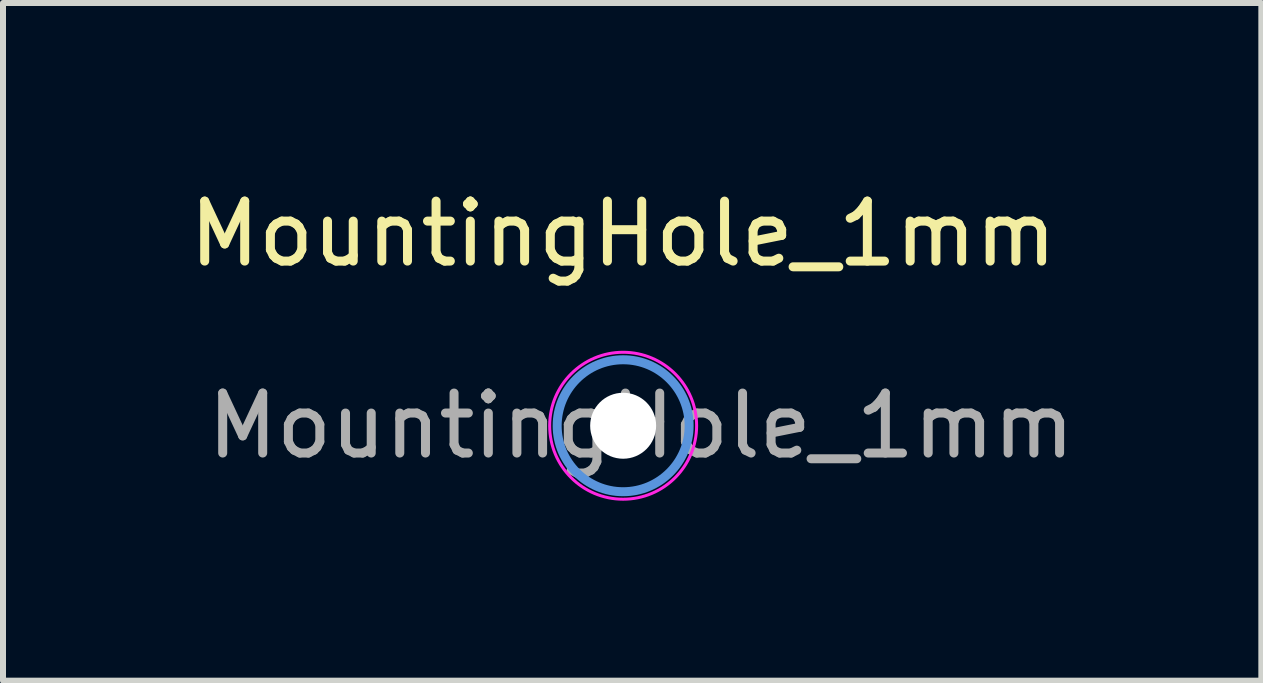
<source format=kicad_pcb>
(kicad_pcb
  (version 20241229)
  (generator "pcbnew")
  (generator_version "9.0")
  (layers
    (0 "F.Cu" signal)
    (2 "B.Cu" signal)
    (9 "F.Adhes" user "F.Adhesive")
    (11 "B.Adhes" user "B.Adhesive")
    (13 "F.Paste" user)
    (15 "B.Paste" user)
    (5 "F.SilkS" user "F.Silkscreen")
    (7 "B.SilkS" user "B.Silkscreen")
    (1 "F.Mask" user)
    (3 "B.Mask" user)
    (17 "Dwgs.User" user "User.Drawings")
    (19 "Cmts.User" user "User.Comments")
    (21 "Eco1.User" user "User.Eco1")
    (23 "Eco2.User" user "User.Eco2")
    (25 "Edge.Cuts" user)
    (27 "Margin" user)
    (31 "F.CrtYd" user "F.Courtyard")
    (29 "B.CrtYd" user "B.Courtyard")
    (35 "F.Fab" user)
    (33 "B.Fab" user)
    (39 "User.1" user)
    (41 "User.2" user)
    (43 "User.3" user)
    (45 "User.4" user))
  (footprint "MountingHole_1mm"
    (layer "F.Cu")
    (at 7.339 4.048)
    (property "Reference" "MountingHole_1mm" (at 0 -3.2 0) (layer "F.SilkS") (effects (font (size 1 1) (thickness 0.15))))
    (attr exclude_from_pos_files exclude_from_bom)
    (fp_circle (center 0 0) (end 1.1 0) (stroke (width 0.15) (type solid)) (fill no) (layer "Cmts.User"))
    (fp_circle (center 0 0) (end 1.225 0) (stroke (width 0.05) (type solid)) (fill no) (layer "F.CrtYd"))
    (fp_text user "${REFERENCE}" (at 0.3 0 0) (layer "F.Fab") (effects (font (size 1 1) (thickness 0.15))))
    (pad "" np_thru_hole circle (at 0 0) (size 1.1 1.1) (drill 1.1) (layers "*.Cu" "*.Mask")))
  (gr_rect
    (start -3 -3)
    (end 17.979 8.298)
    (stroke (width 0.1) (type default))
    (fill no)
    (layer "Edge.Cuts")))
</source>
